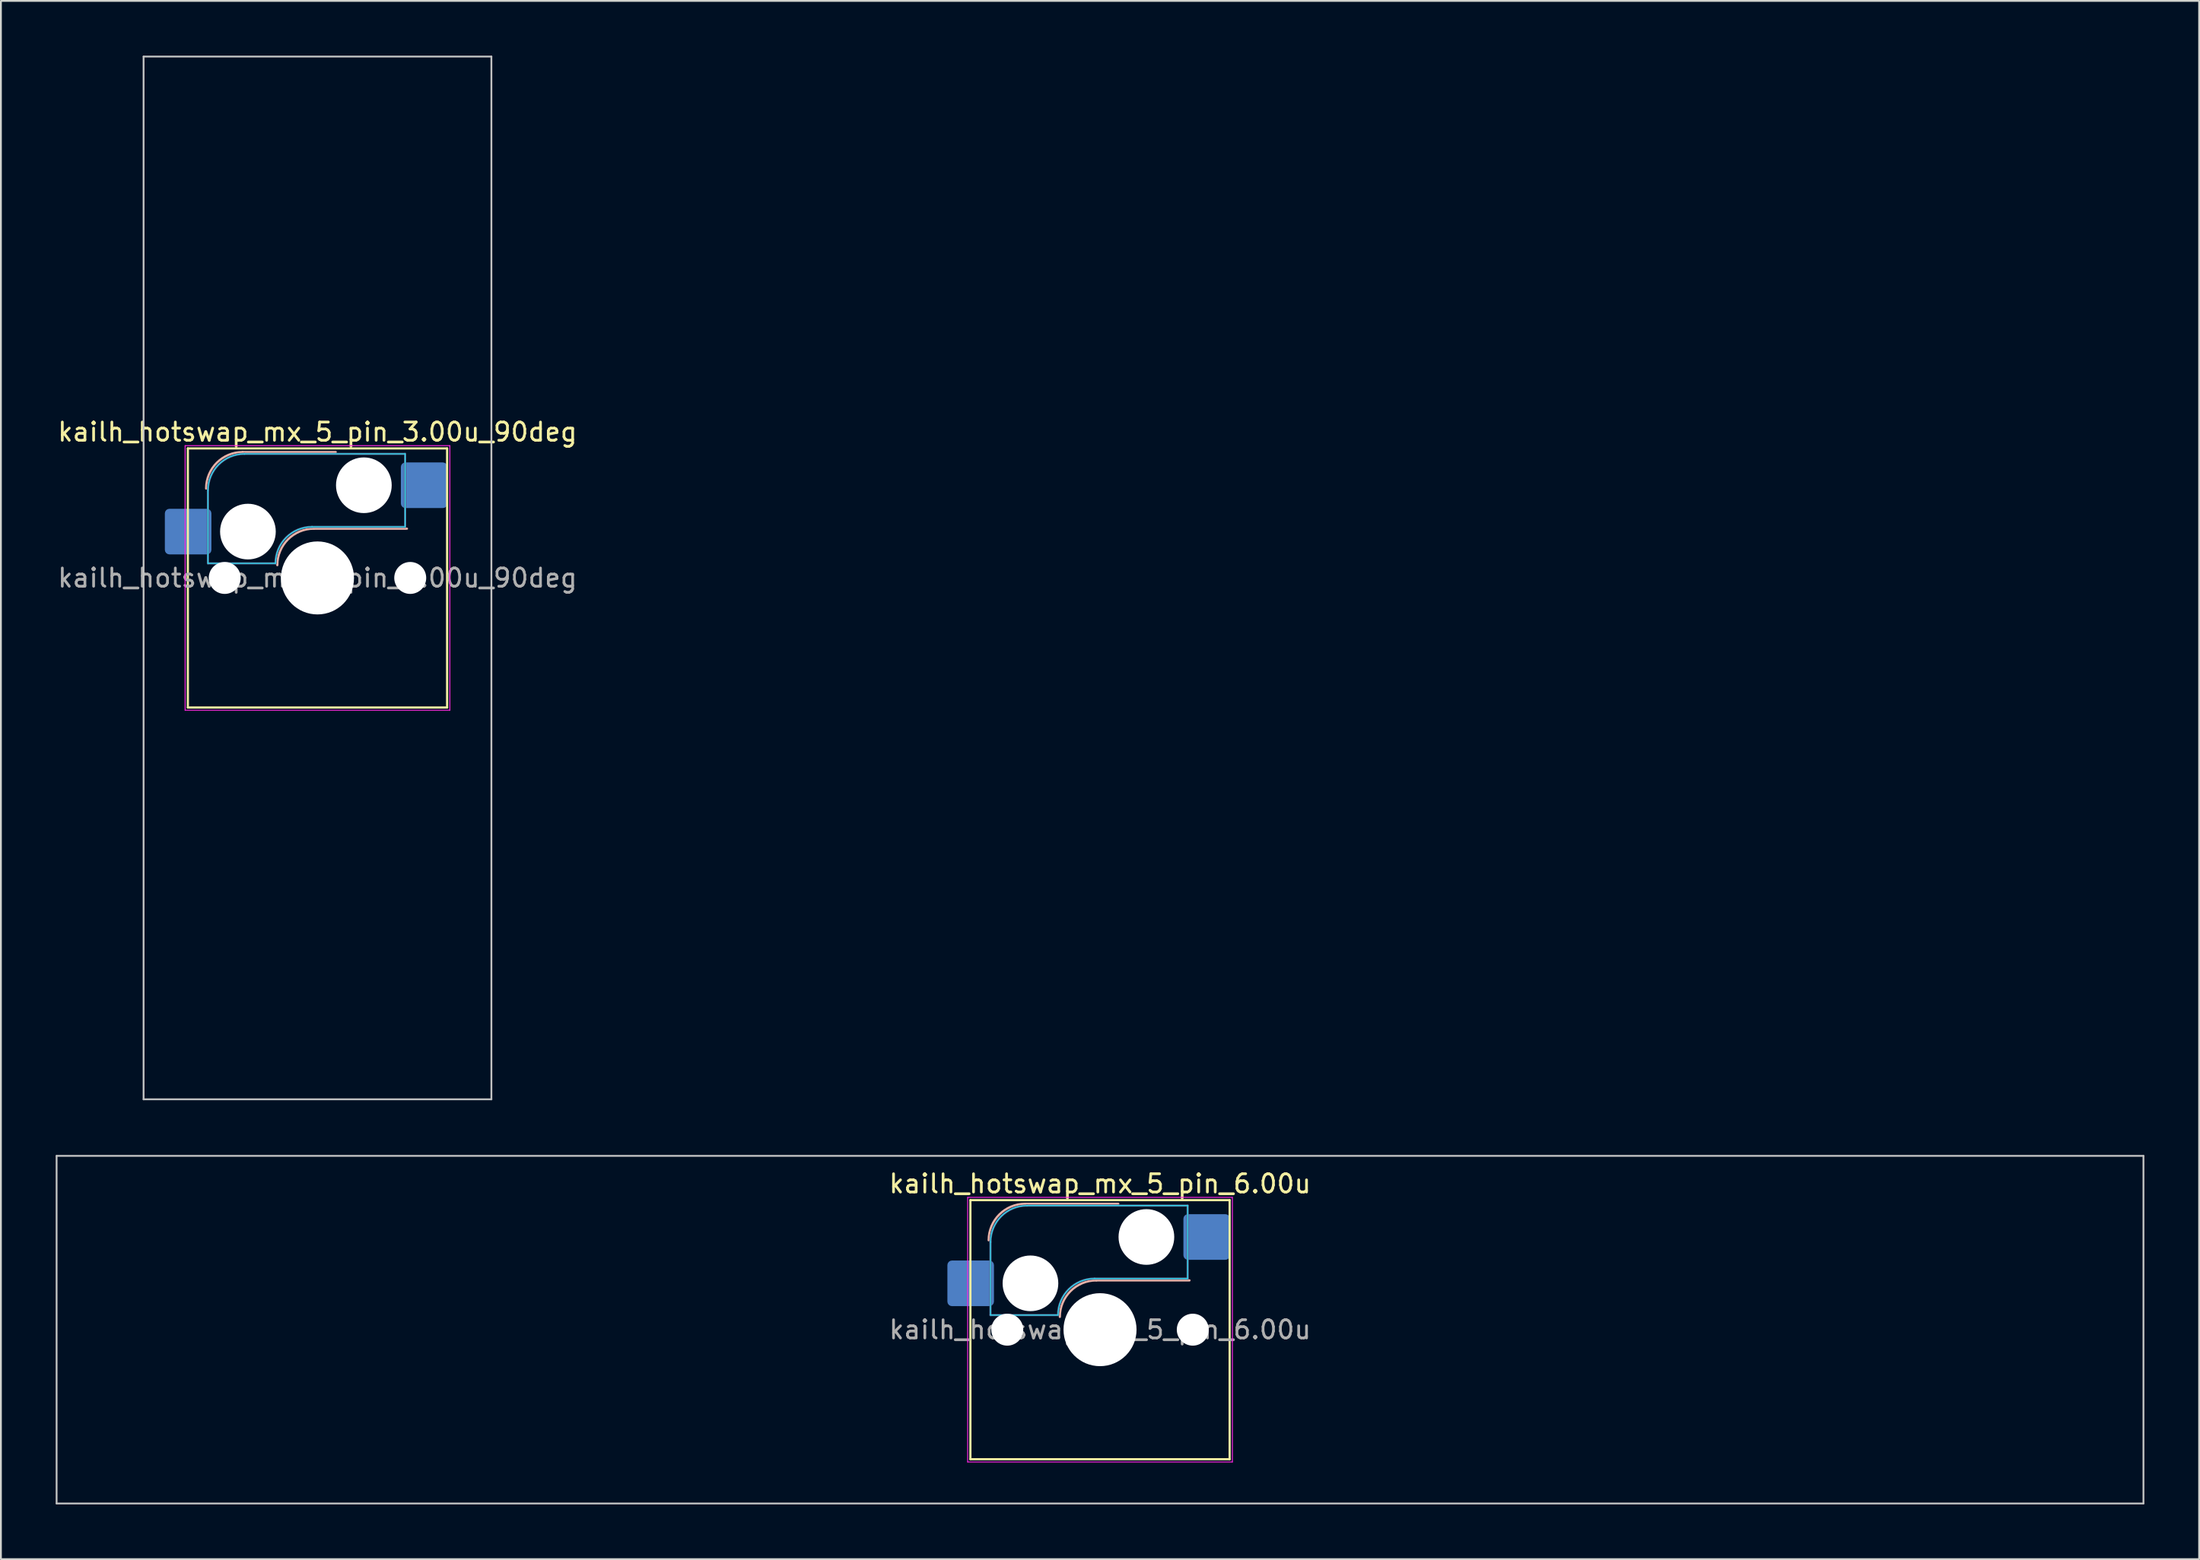
<source format=kicad_pcb>
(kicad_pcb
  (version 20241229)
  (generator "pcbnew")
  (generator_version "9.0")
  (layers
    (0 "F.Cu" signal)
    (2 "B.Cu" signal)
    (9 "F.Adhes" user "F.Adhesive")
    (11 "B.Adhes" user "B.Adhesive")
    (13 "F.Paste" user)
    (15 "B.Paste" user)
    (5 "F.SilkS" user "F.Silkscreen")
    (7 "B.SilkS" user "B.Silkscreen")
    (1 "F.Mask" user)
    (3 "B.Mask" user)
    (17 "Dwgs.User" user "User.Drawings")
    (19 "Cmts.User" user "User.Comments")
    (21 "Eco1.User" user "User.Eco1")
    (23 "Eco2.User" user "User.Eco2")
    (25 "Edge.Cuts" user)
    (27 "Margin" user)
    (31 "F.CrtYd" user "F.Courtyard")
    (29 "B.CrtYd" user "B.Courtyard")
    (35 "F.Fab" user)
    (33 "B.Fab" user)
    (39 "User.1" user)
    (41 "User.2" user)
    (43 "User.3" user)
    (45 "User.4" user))
  (footprint "kailh_hotswap_mx_5_pin_3.00u_90deg"
    (layer "F.Cu")
    (at 14.339 28.625)
    (property "Reference" "kailh_hotswap_mx_5_pin_3.00u_90deg" (at 0 -8 0) (layer "F.SilkS") (effects (font (size 1 1) (thickness 0.15))))
    (attr smd)
    (fp_line (start -7.1 -7.1) (end -7.1 7.1) (stroke (width 0.12) (type solid)) (layer "F.SilkS"))
    (fp_line (start -7.1 7.1) (end 7.1 7.1) (stroke (width 0.12) (type solid)) (layer "F.SilkS"))
    (fp_line (start 7.1 -7.1) (end -7.1 -7.1) (stroke (width 0.12) (type solid)) (layer "F.SilkS"))
    (fp_line (start 7.1 7.1) (end 7.1 -7.1) (stroke (width 0.12) (type solid)) (layer "F.SilkS"))
    (fp_line (start -4.1 -6.9) (end 1 -6.9) (stroke (width 0.12) (type solid)) (layer "B.SilkS"))
    (fp_line (start -0.2 -2.7) (end 4.9 -2.7) (stroke (width 0.12) (type solid)) (layer "B.SilkS"))
    (fp_arc (start -6.1 -4.9) (mid -5.514214 -6.314214) (end -4.1 -6.9) (stroke (width 0.12) (type solid)) (layer "B.SilkS"))
    (fp_arc (start -2.2 -0.7) (mid -1.614214 -2.114214) (end -0.2 -2.7) (stroke (width 0.12) (type solid)) (layer "B.SilkS"))
    (fp_line (start -9.525 -28.575) (end 9.525 -28.575) (stroke (width 0.1) (type solid)) (layer "Dwgs.User"))
    (fp_line (start -9.525 28.575) (end -9.525 -28.575) (stroke (width 0.1) (type solid)) (layer "Dwgs.User"))
    (fp_line (start 9.525 -28.575) (end 9.525 28.575) (stroke (width 0.1) (type solid)) (layer "Dwgs.User"))
    (fp_line (start 9.525 28.575) (end -9.525 28.575) (stroke (width 0.1) (type solid)) (layer "Dwgs.User"))
    (fp_line (start -6 -0.8) (end -6 -4.8) (stroke (width 0.05) (type solid)) (layer "B.CrtYd"))
    (fp_line (start -6 -0.8) (end -2.3 -0.8) (stroke (width 0.05) (type solid)) (layer "B.CrtYd"))
    (fp_line (start -4 -6.8) (end 4.8 -6.8) (stroke (width 0.05) (type solid)) (layer "B.CrtYd"))
    (fp_line (start -0.3 -2.8) (end 4.8 -2.8) (stroke (width 0.05) (type solid)) (layer "B.CrtYd"))
    (fp_line (start 4.8 -6.8) (end 4.8 -2.8) (stroke (width 0.05) (type solid)) (layer "B.CrtYd"))
    (fp_arc (start -6 -4.8) (mid -5.414214 -6.214214) (end -4 -6.8) (stroke (width 0.05) (type solid)) (layer "B.CrtYd"))
    (fp_arc (start -2.3 -0.8) (mid -1.714214 -2.214214) (end -0.3 -2.8) (stroke (width 0.05) (type solid)) (layer "B.CrtYd"))
    (fp_line (start -7.25 -7.25) (end -7.25 7.25) (stroke (width 0.05) (type solid)) (layer "F.CrtYd"))
    (fp_line (start -7.25 7.25) (end 7.25 7.25) (stroke (width 0.05) (type solid)) (layer "F.CrtYd"))
    (fp_line (start 7.25 -7.25) (end -7.25 -7.25) (stroke (width 0.05) (type solid)) (layer "F.CrtYd"))
    (fp_line (start 7.25 7.25) (end 7.25 -7.25) (stroke (width 0.05) (type solid)) (layer "F.CrtYd"))
    (fp_line (start -6 -0.8) (end -6 -4.8) (stroke (width 0.12) (type solid)) (layer "B.Fab"))
    (fp_line (start -6 -0.8) (end -2.3 -0.8) (stroke (width 0.12) (type solid)) (layer "B.Fab"))
    (fp_line (start -4 -6.8) (end 4.8 -6.8) (stroke (width 0.12) (type solid)) (layer "B.Fab"))
    (fp_line (start -0.3 -2.8) (end 4.8 -2.8) (stroke (width 0.12) (type solid)) (layer "B.Fab"))
    (fp_line (start 4.8 -6.8) (end 4.8 -2.8) (stroke (width 0.12) (type solid)) (layer "B.Fab"))
    (fp_arc (start -6 -4.8) (mid -5.414214 -6.214214) (end -4 -6.8) (stroke (width 0.12) (type solid)) (layer "B.Fab"))
    (fp_arc (start -2.3 -0.8) (mid -1.714214 -2.214214) (end -0.3 -2.8) (stroke (width 0.12) (type solid)) (layer "B.Fab"))
    (fp_text user "${REFERENCE}" (at 0 0 0) (layer "F.Fab") (effects (font (size 1 1) (thickness 0.15))))
    (pad "" np_thru_hole circle (at -5.08 0) (size 1.75 1.75) (drill 1.75) (layers "*.Cu" "*.Mask"))
    (pad "" np_thru_hole circle (at -3.81 -2.54) (size 3.05 3.05) (drill 3.05) (layers "*.Cu" "*.Mask"))
    (pad "" np_thru_hole circle (at 0 0) (size 4 4) (drill 4) (layers "*.Cu" "*.Mask"))
    (pad "" np_thru_hole circle (at 2.54 -5.08) (size 3.05 3.05) (drill 3.05) (layers "*.Cu" "*.Mask"))
    (pad "" np_thru_hole circle (at 5.08 0) (size 1.75 1.75) (drill 1.75) (layers "*.Cu" "*.Mask"))
    (pad "1" smd roundrect (at -7.085 -2.54) (size 2.55 2.5) (layers "B.Cu" "B.Mask" "B.Paste") (roundrect_rratio 0.1))
    (pad "2" smd roundrect (at 5.842 -5.08) (size 2.55 2.5) (layers "B.Cu" "B.Mask" "B.Paste") (roundrect_rratio 0.1)))
  (footprint "kailh_hotswap_mx_5_pin_6.00u"
    (layer "F.Cu")
    (at 57.2 69.825)
    (property "Reference" "kailh_hotswap_mx_5_pin_6.00u" (at 0 -8 0) (layer "F.SilkS") (effects (font (size 1 1) (thickness 0.15))))
    (attr smd)
    (fp_line (start -7.1 -7.1) (end -7.1 7.1) (stroke (width 0.12) (type solid)) (layer "F.SilkS"))
    (fp_line (start -7.1 7.1) (end 7.1 7.1) (stroke (width 0.12) (type solid)) (layer "F.SilkS"))
    (fp_line (start 7.1 -7.1) (end -7.1 -7.1) (stroke (width 0.12) (type solid)) (layer "F.SilkS"))
    (fp_line (start 7.1 7.1) (end 7.1 -7.1) (stroke (width 0.12) (type solid)) (layer "F.SilkS"))
    (fp_line (start -4.1 -6.9) (end 1 -6.9) (stroke (width 0.12) (type solid)) (layer "B.SilkS"))
    (fp_line (start -0.2 -2.7) (end 4.9 -2.7) (stroke (width 0.12) (type solid)) (layer "B.SilkS"))
    (fp_arc (start -6.1 -4.9) (mid -5.514214 -6.314214) (end -4.1 -6.9) (stroke (width 0.12) (type solid)) (layer "B.SilkS"))
    (fp_arc (start -2.2 -0.7) (mid -1.614214 -2.114214) (end -0.2 -2.7) (stroke (width 0.12) (type solid)) (layer "B.SilkS"))
    (fp_line (start -57.15 -9.525) (end -57.15 9.525) (stroke (width 0.1) (type solid)) (layer "Dwgs.User"))
    (fp_line (start -57.15 9.525) (end 57.15 9.525) (stroke (width 0.1) (type solid)) (layer "Dwgs.User"))
    (fp_line (start 57.15 -9.525) (end -57.15 -9.525) (stroke (width 0.1) (type solid)) (layer "Dwgs.User"))
    (fp_line (start 57.15 9.525) (end 57.15 -9.525) (stroke (width 0.1) (type solid)) (layer "Dwgs.User"))
    (fp_line (start -6 -0.8) (end -6 -4.8) (stroke (width 0.05) (type solid)) (layer "B.CrtYd"))
    (fp_line (start -6 -0.8) (end -2.3 -0.8) (stroke (width 0.05) (type solid)) (layer "B.CrtYd"))
    (fp_line (start -4 -6.8) (end 4.8 -6.8) (stroke (width 0.05) (type solid)) (layer "B.CrtYd"))
    (fp_line (start -0.3 -2.8) (end 4.8 -2.8) (stroke (width 0.05) (type solid)) (layer "B.CrtYd"))
    (fp_line (start 4.8 -6.8) (end 4.8 -2.8) (stroke (width 0.05) (type solid)) (layer "B.CrtYd"))
    (fp_arc (start -6 -4.8) (mid -5.414214 -6.214214) (end -4 -6.8) (stroke (width 0.05) (type solid)) (layer "B.CrtYd"))
    (fp_arc (start -2.3 -0.8) (mid -1.714214 -2.214214) (end -0.3 -2.8) (stroke (width 0.05) (type solid)) (layer "B.CrtYd"))
    (fp_line (start -7.25 -7.25) (end -7.25 7.25) (stroke (width 0.05) (type solid)) (layer "F.CrtYd"))
    (fp_line (start -7.25 7.25) (end 7.25 7.25) (stroke (width 0.05) (type solid)) (layer "F.CrtYd"))
    (fp_line (start 7.25 -7.25) (end -7.25 -7.25) (stroke (width 0.05) (type solid)) (layer "F.CrtYd"))
    (fp_line (start 7.25 7.25) (end 7.25 -7.25) (stroke (width 0.05) (type solid)) (layer "F.CrtYd"))
    (fp_line (start -6 -0.8) (end -6 -4.8) (stroke (width 0.12) (type solid)) (layer "B.Fab"))
    (fp_line (start -6 -0.8) (end -2.3 -0.8) (stroke (width 0.12) (type solid)) (layer "B.Fab"))
    (fp_line (start -4 -6.8) (end 4.8 -6.8) (stroke (width 0.12) (type solid)) (layer "B.Fab"))
    (fp_line (start -0.3 -2.8) (end 4.8 -2.8) (stroke (width 0.12) (type solid)) (layer "B.Fab"))
    (fp_line (start 4.8 -6.8) (end 4.8 -2.8) (stroke (width 0.12) (type solid)) (layer "B.Fab"))
    (fp_arc (start -6 -4.8) (mid -5.414214 -6.214214) (end -4 -6.8) (stroke (width 0.12) (type solid)) (layer "B.Fab"))
    (fp_arc (start -2.3 -0.8) (mid -1.714214 -2.214214) (end -0.3 -2.8) (stroke (width 0.12) (type solid)) (layer "B.Fab"))
    (fp_text user "${REFERENCE}" (at 0 0 0) (layer "F.Fab") (effects (font (size 1 1) (thickness 0.15))))
    (pad "" np_thru_hole circle (at -5.08 0) (size 1.75 1.75) (drill 1.75) (layers "*.Cu" "*.Mask"))
    (pad "" np_thru_hole circle (at -3.81 -2.54) (size 3.05 3.05) (drill 3.05) (layers "*.Cu" "*.Mask"))
    (pad "" np_thru_hole circle (at 0 0) (size 4 4) (drill 4) (layers "*.Cu" "*.Mask"))
    (pad "" np_thru_hole circle (at 2.54 -5.08) (size 3.05 3.05) (drill 3.05) (layers "*.Cu" "*.Mask"))
    (pad "" np_thru_hole circle (at 5.08 0) (size 1.75 1.75) (drill 1.75) (layers "*.Cu" "*.Mask"))
    (pad "1" smd roundrect (at -7.085 -2.54) (size 2.55 2.5) (layers "B.Cu" "B.Mask" "B.Paste") (roundrect_rratio 0.1))
    (pad "2" smd roundrect (at 5.842 -5.08) (size 2.55 2.5) (layers "B.Cu" "B.Mask" "B.Paste") (roundrect_rratio 0.1)))
  (gr_rect
    (start -3 -3)
    (end 117.4 82.4)
    (stroke (width 0.1) (type default))
    (fill no)
    (layer "Edge.Cuts")))
</source>
